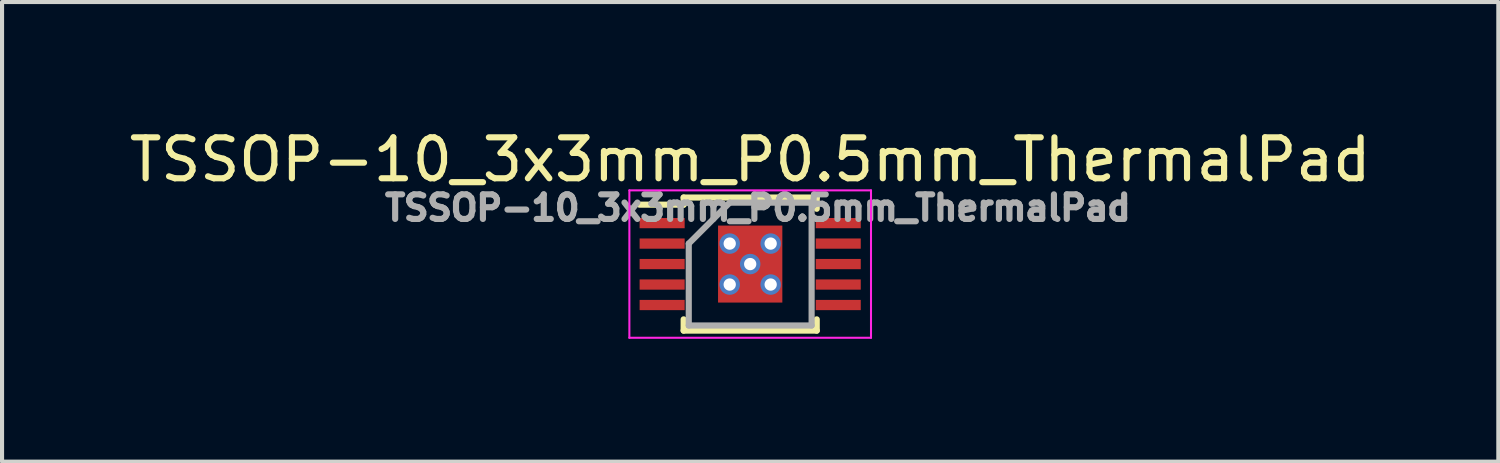
<source format=kicad_pcb>
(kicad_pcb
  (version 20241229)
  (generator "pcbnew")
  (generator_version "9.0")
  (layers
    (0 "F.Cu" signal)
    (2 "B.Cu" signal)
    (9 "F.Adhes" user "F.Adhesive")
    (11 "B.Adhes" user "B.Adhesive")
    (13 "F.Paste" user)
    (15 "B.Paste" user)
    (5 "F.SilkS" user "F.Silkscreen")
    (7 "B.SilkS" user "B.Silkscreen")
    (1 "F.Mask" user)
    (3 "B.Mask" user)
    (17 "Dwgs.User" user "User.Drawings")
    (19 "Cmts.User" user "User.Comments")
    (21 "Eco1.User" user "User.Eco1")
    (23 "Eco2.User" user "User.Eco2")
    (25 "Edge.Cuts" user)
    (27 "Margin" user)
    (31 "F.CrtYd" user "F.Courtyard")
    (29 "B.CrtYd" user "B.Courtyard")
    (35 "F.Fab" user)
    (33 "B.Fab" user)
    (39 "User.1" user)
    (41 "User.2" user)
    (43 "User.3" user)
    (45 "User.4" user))
  (footprint "TSSOP-10_3x3mm_P0.5mm_ThermalPad"
    (layer "F.Cu")
    (at 15.268 3.398)
    (property "Reference" "TSSOP-10_3x3mm_P0.5mm_ThermalPad" (at 0 -2.55 0) (layer "F.SilkS") (effects (font (size 1 1) (thickness 0.15))))
    (attr smd)
    (fp_line (start -1.625 -1.625) (end -1.625 -1.45) (stroke (width 0.15) (type solid)) (layer "F.SilkS"))
    (fp_line (start -1.625 -1.625) (end 1.625 -1.625) (stroke (width 0.15) (type solid)) (layer "F.SilkS"))
    (fp_line (start -1.625 -1.45) (end -2.7 -1.45) (stroke (width 0.15) (type solid)) (layer "F.SilkS"))
    (fp_line (start -1.625 1.625) (end -1.625 1.35) (stroke (width 0.15) (type solid)) (layer "F.SilkS"))
    (fp_line (start -1.625 1.625) (end 1.625 1.625) (stroke (width 0.15) (type solid)) (layer "F.SilkS"))
    (fp_line (start 1.625 -1.625) (end 1.625 -1.35) (stroke (width 0.15) (type solid)) (layer "F.SilkS"))
    (fp_line (start 1.625 1.625) (end 1.625 1.35) (stroke (width 0.15) (type solid)) (layer "F.SilkS"))
    (fp_line (start -2.95 -1.8) (end -2.95 1.8) (stroke (width 0.05) (type solid)) (layer "F.CrtYd"))
    (fp_line (start -2.95 -1.8) (end 2.95 -1.8) (stroke (width 0.05) (type solid)) (layer "F.CrtYd"))
    (fp_line (start -2.95 1.8) (end 2.95 1.8) (stroke (width 0.05) (type solid)) (layer "F.CrtYd"))
    (fp_line (start 2.95 -1.8) (end 2.95 1.8) (stroke (width 0.05) (type solid)) (layer "F.CrtYd"))
    (fp_line (start -1.5 -0.5) (end -0.5 -1.5) (stroke (width 0.15) (type solid)) (layer "F.Fab"))
    (fp_line (start -1.5 1.5) (end -1.5 -0.5) (stroke (width 0.15) (type solid)) (layer "F.Fab"))
    (fp_line (start -0.5 -1.5) (end 1.5 -1.5) (stroke (width 0.15) (type solid)) (layer "F.Fab"))
    (fp_line (start 1.5 -1.5) (end 1.5 1.5) (stroke (width 0.15) (type solid)) (layer "F.Fab"))
    (fp_line (start 1.5 1.5) (end -1.5 1.5) (stroke (width 0.15) (type solid)) (layer "F.Fab"))
    (fp_text user "${REFERENCE}" (at 0.188 -1.372 0) (layer "F.Fab") (effects (font (size 0.6 0.6) (thickness 0.15))))
    (pad "1" smd rect (at -2.15 -1) (size 1.1 0.25) (layers "F.Cu" "F.Mask" "F.Paste"))
    (pad "2" smd rect (at -2.15 -0.5) (size 1.1 0.25) (layers "F.Cu" "F.Mask" "F.Paste"))
    (pad "3" smd rect (at -2.15 0) (size 1.1 0.25) (layers "F.Cu" "F.Mask" "F.Paste"))
    (pad "4" smd rect (at -2.15 0.5) (size 1.1 0.25) (layers "F.Cu" "F.Mask" "F.Paste"))
    (pad "5" smd rect (at -2.15 1) (size 1.1 0.25) (layers "F.Cu" "F.Mask" "F.Paste"))
    (pad "6" smd rect (at 2.15 1) (size 1.1 0.25) (layers "F.Cu" "F.Mask" "F.Paste"))
    (pad "7" smd rect (at 2.15 0.5) (size 1.1 0.25) (layers "F.Cu" "F.Mask" "F.Paste"))
    (pad "8" smd rect (at 2.15 0) (size 1.1 0.25) (layers "F.Cu" "F.Mask" "F.Paste"))
    (pad "9" smd rect (at 2.15 -0.5) (size 1.1 0.25) (layers "F.Cu" "F.Mask" "F.Paste"))
    (pad "10" smd rect (at 2.15 -1) (size 1.1 0.25) (layers "F.Cu" "F.Mask" "F.Paste"))
    (pad "~" thru_hole circle (at -0.5 -0.5) (size 0.5 0.5) (drill 0.3) (layers "*.Cu" "*.Mask"))
    (pad "~" thru_hole circle (at -0.5 0.5) (size 0.5 0.5) (drill 0.3) (layers "*.Cu" "*.Mask"))
    (pad "~" thru_hole circle (at 0 0) (size 0.5 0.5) (drill 0.3) (layers "*.Cu" "*.Mask"))
    (pad "~" smd rect (at 0 0) (size 1.57 1.88) (layers "F.Cu" "F.Mask" "F.Paste"))
    (pad "~" thru_hole circle (at 0.5 -0.5) (size 0.5 0.5) (drill 0.3) (layers "*.Cu" "*.Mask"))
    (pad "~" thru_hole circle (at 0.5 0.5) (size 0.5 0.5) (drill 0.3) (layers "*.Cu" "*.Mask")))
  (gr_rect
    (start -3 -3)
    (end 33.536 8.223)
    (stroke (width 0.1) (type default))
    (fill no)
    (layer "Edge.Cuts")))
</source>
